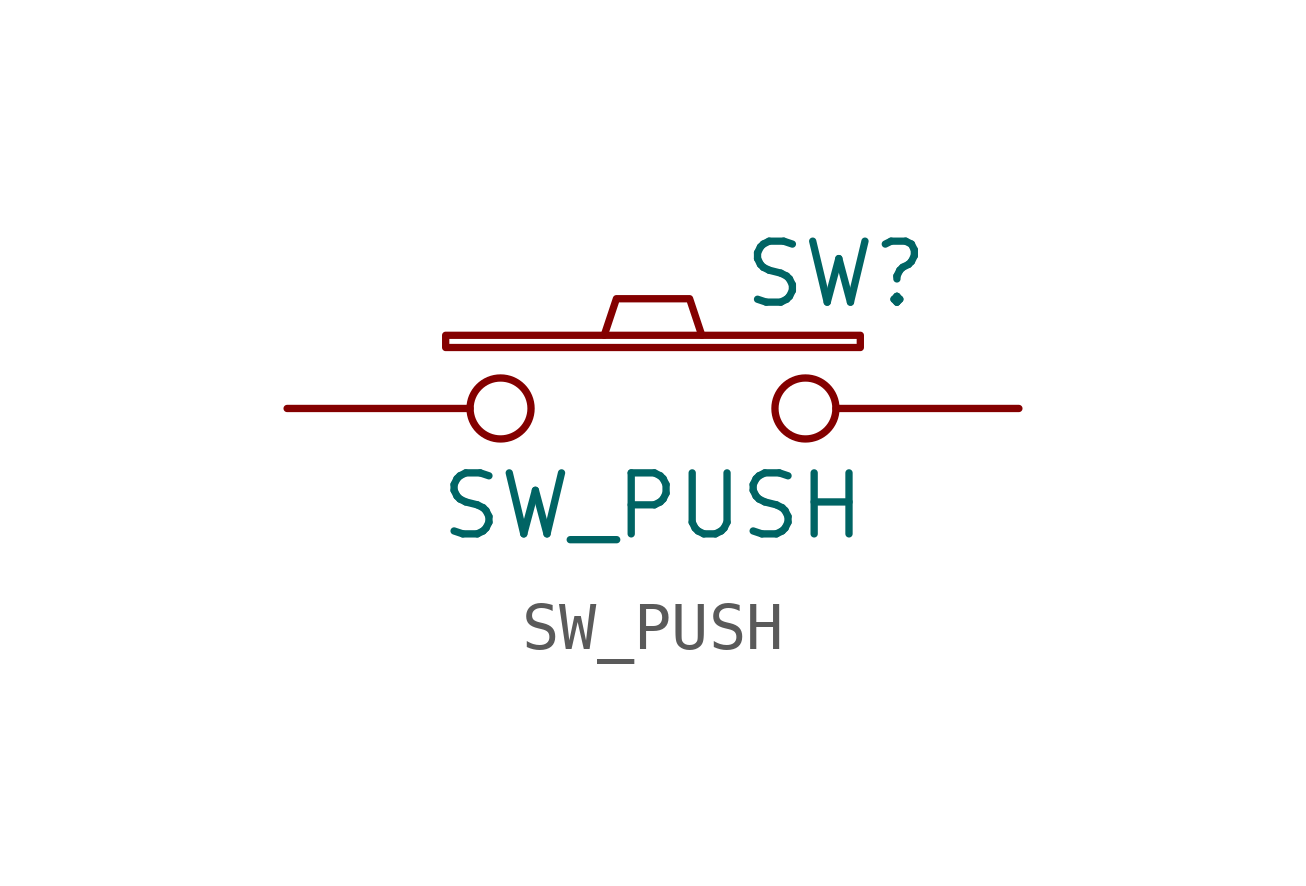
<source format=kicad_sym>
(kicad_symbol_lib
  (version 20201005)
  (generator kicad_symbol_editor)
  (symbol "ergodash:SW_PUSH"
    (pin_numbers hide)
    (pin_names
      (offset 1.016) hide)
    (property "Reference" "SW"
      (at 3.81 2.794 0)
      (effects (font (size 1.27 1.27))))
    (property "Value" "SW_PUSH"
      (at 0 -2.032 0)
      (effects (font (size 1.27 1.27))))
    (property "Footprint" ""
      (at 0 0 0)
      (effects (font (size 1.27 1.27))))
    (property "Datasheet" ""
      (at 0 0 0)
      (effects (font (size 1.27 1.27))))
    (symbol "SW_PUSH_0_1"
      (rectangle (start -4.318 1.27) (end 4.318 1.524) (stroke (width 0)) (fill (type none)))
      (polyline (pts (xy -1.016 1.524) (xy -0.762 2.286) (xy 0.762 2.286) (xy 1.016 1.524)) (stroke (width 0)) (fill (type none)))
      (pin passive inverted (at -7.62 0 0) (length 5.08) (name "1" (effects (font (size 1.27 1.27)))) (number "1" (effects (font (size 1.27 1.27)))))
      (pin passive inverted (at 7.62 0 180) (length 5.08) (name "2" (effects (font (size 1.27 1.27)))) (number "2" (effects (font (size 1.27 1.27))))))))
</source>
